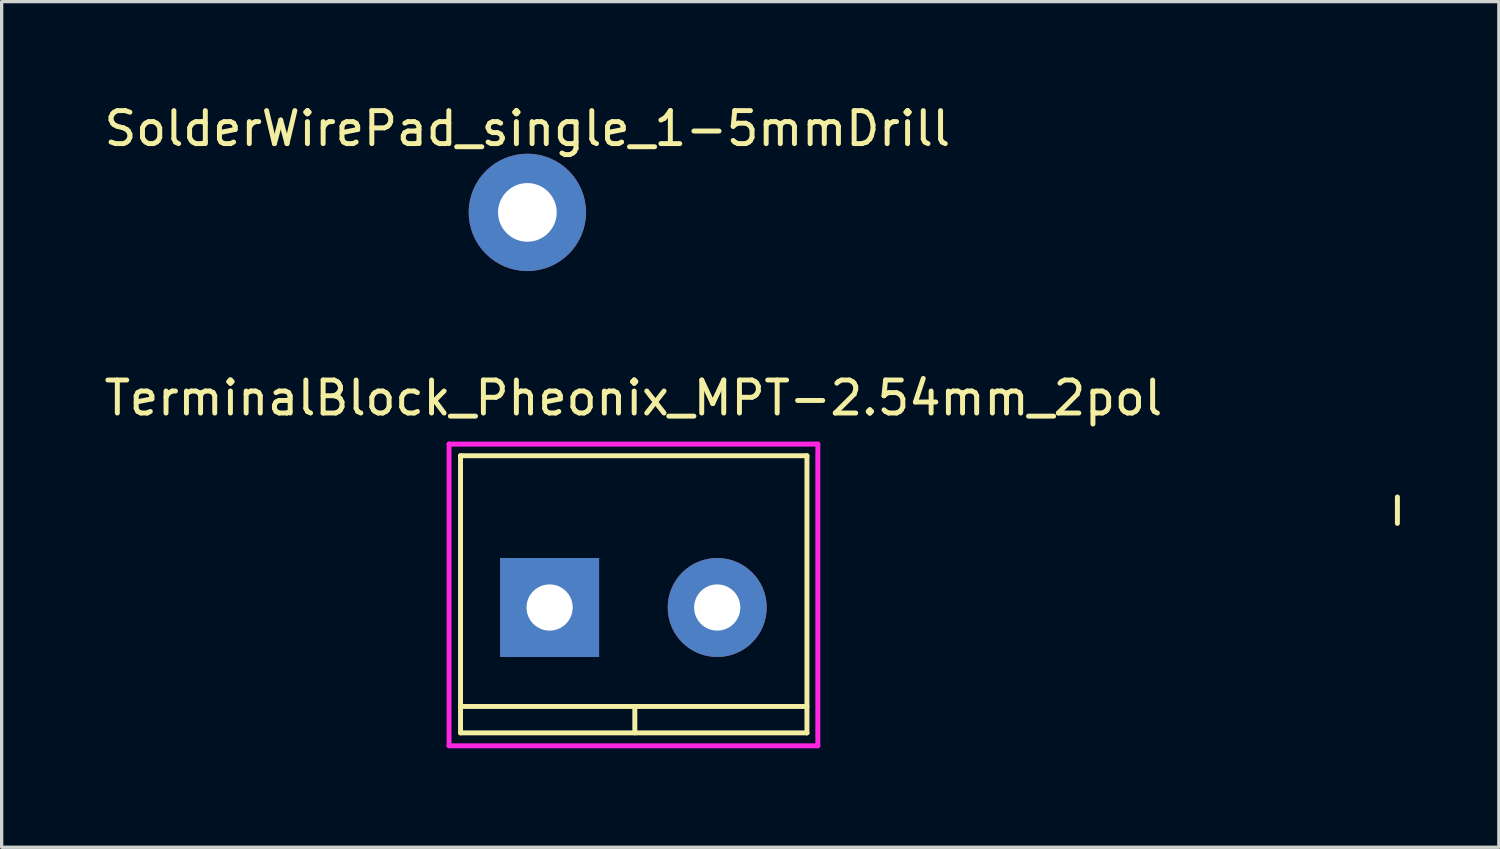
<source format=kicad_pcb>
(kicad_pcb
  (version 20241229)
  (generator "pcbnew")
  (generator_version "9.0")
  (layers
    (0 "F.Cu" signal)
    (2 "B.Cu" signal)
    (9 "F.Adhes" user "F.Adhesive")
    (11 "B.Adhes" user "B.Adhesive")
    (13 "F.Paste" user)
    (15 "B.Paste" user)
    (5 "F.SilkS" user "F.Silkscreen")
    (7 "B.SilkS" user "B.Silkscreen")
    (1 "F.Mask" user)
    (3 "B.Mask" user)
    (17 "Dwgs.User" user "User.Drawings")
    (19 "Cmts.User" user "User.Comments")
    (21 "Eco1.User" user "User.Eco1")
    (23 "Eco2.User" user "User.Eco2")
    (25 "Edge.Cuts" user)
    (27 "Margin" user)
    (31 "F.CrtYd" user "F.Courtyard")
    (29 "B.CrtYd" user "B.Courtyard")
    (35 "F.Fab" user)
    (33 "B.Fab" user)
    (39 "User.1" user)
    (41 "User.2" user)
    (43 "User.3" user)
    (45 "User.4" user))
  (footprint "TerminalBlock_Pheonix_MPT-2.54mm_2pol"
    (layer "F.Cu")
    (at 13.609 15.364)
    (property "Reference" "TerminalBlock_Pheonix_MPT-2.54mm_2pol" (at 2.54 -6.35 0) (layer "F.SilkS") (effects (font (size 1 1) (thickness 0.15))))
    (attr through_hole)
    (fp_line (start -2.7 -4.6) (end 7.8 -4.6) (stroke (width 0.15) (type solid)) (layer "F.SilkS"))
    (fp_line (start -2.7 3) (end 7.8 3) (stroke (width 0.15) (type solid)) (layer "F.SilkS"))
    (fp_line (start -2.7 3.8) (end -2.7 -4.6) (stroke (width 0.15) (type solid)) (layer "F.SilkS"))
    (fp_line (start -2.7 3.8) (end 7.8 3.8) (stroke (width 0.15) (type solid)) (layer "F.SilkS"))
    (fp_line (start 2.583 3) (end 2.583 3.8) (stroke (width 0.15) (type solid)) (layer "F.SilkS"))
    (fp_line (start 7.8 3.8) (end 7.8 -4.6) (stroke (width 0.15) (type solid)) (layer "F.SilkS"))
    (fp_line (start 25.697 -3.35) (end 25.697 -2.55) (stroke (width 0.15) (type solid)) (layer "F.SilkS"))
    (fp_line (start -3.048 -4.953) (end -3.048 4.191) (stroke (width 0.15) (type solid)) (layer "F.CrtYd"))
    (fp_line (start -3.048 4.191) (end 8.13 4.191) (stroke (width 0.15) (type solid)) (layer "F.CrtYd"))
    (fp_line (start 8.13 -4.953) (end -3.048 -4.953) (stroke (width 0.15) (type solid)) (layer "F.CrtYd"))
    (fp_line (start 8.13 4.191) (end 8.13 -4.953) (stroke (width 0.15) (type solid)) (layer "F.CrtYd"))
    (pad "1" thru_hole rect (at 0 0 180) (size 3 3) (drill 1.4) (layers "*.Cu" "*.Mask"))
    (pad "2" thru_hole oval (at 5.08 0 180) (size 3 3) (drill 1.4) (layers "*.Cu" "*.Mask")))
  (footprint "SolderWirePad_single_1-5mmDrill"
    (layer "F.Cu")
    (at 12.935 3.388)
    (property "Reference" "SolderWirePad_single_1-5mmDrill" (at 0 -2.54 0) (layer "F.SilkS") (effects (font (size 1 1) (thickness 0.15))))
    (attr through_hole)
    (pad "1" thru_hole circle (at 0 0) (size 3.556 3.556) (drill 1.778) (layers "*.Cu" "*.Mask")))
  (gr_rect
    (start -3 -3)
    (end 42.381 22.631)
    (stroke (width 0.1) (type default))
    (fill no)
    (layer "Edge.Cuts")))
</source>
